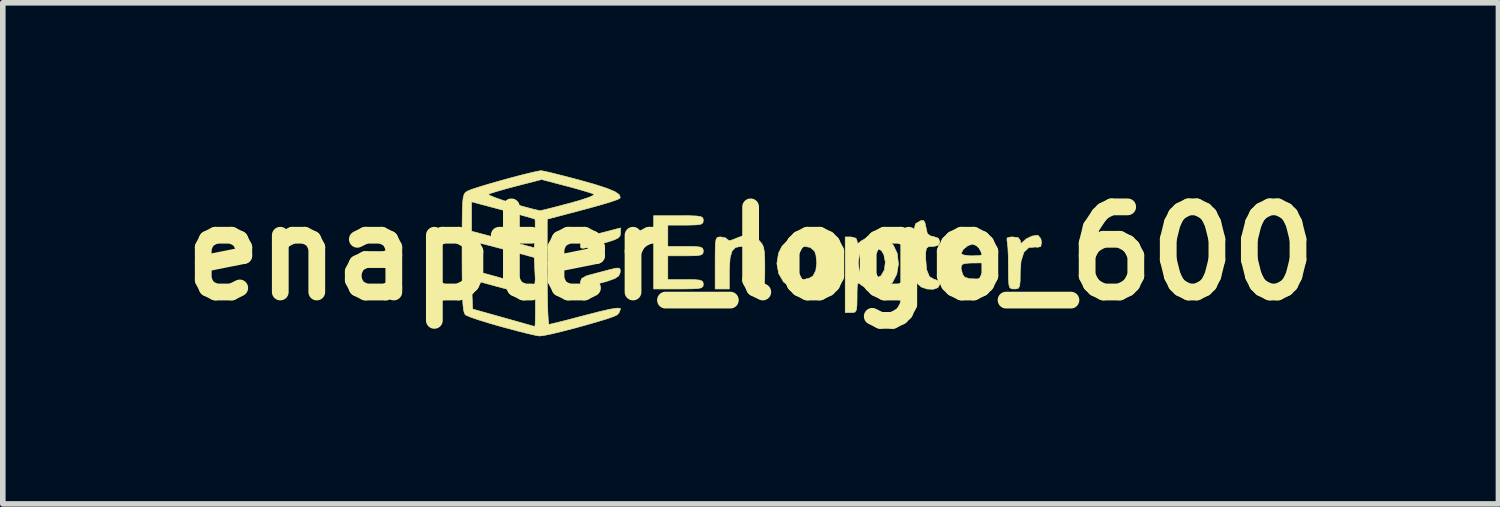
<source format=kicad_pcb>
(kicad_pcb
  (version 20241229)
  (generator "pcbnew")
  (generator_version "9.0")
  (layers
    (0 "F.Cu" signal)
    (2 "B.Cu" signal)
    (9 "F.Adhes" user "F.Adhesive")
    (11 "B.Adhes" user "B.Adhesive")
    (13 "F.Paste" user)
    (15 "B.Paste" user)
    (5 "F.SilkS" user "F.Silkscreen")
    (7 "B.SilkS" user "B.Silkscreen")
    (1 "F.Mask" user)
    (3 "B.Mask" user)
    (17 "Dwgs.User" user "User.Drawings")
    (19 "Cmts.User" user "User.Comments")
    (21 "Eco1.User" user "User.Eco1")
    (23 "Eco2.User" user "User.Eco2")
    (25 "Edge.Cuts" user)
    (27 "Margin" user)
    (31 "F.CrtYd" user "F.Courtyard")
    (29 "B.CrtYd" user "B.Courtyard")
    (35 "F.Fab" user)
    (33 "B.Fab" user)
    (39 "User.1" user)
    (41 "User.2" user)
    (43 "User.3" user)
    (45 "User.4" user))
  (footprint "enapter_logo_600"
    (layer "F.Cu")
    (at 10.385 1.487)
    (property "Reference" "enapter_logo_600" (at 0 0 0) (layer "F.SilkS") (effects (font (size 1.524 1.524) (thickness 0.3))))
    (attr through_hole)
    (fp_poly (pts (xy -2.328 -0.363) (xy -2.338 -0.312) (xy -2.378 -0.273) (xy -2.465 -0.235) (xy -2.614 -0.189) (xy -2.662 -0.176) (xy -2.843 -0.126) (xy -2.958 -0.099) (xy -3.02 -0.093) (xy -3.044 -0.11) (xy -3.045 -0.148) (xy -3.04 -0.18) (xy -3.022 -0.23) (xy -2.972 -0.271) (xy -2.876 -0.31) (xy -2.715 -0.357) (xy -2.678 -0.367) (xy -2.328 -0.458) (xy -2.328 -0.363)) (stroke (width 0.01) (type solid)) (fill yes) (layer "F.SilkS"))
    (fp_poly (pts (xy -2.332 0.294) (xy -2.336 0.345) (xy -2.361 0.401) (xy -2.428 0.447) (xy -2.554 0.492) (xy -2.625 0.513) (xy -2.816 0.563) (xy -2.941 0.586) (xy -3.012 0.581) (xy -3.043 0.548) (xy -3.048 0.51) (xy -3.024 0.448) (xy -2.94 0.401) (xy -2.868 0.38) (xy -2.714 0.34) (xy -2.564 0.3) (xy -2.54 0.294) (xy -2.414 0.263) (xy -2.35 0.262) (xy -2.332 0.294)) (stroke (width 0.01) (type solid)) (fill yes) (layer "F.SilkS"))
    (fp_poly (pts (xy 5.147 -0.322) (xy 5.194 -0.266) (xy 5.207 -0.198) (xy 5.193 -0.124) (xy 5.134 -0.111) (xy 5.105 -0.116) (xy 4.979 -0.106) (xy 4.891 -0.022) (xy 4.84 0.138) (xy 4.826 0.339) (xy 4.824 0.493) (xy 4.815 0.582) (xy 4.792 0.623) (xy 4.748 0.634) (xy 4.72 0.635) (xy 4.671 0.632) (xy 4.64 0.613) (xy 4.623 0.562) (xy 4.616 0.462) (xy 4.614 0.299) (xy 4.614 0.236) (xy 4.612 0.054) (xy 4.605 -0.1) (xy 4.594 -0.204) (xy 4.589 -0.229) (xy 4.589 -0.277) (xy 4.65 -0.295) (xy 4.694 -0.296) (xy 4.792 -0.282) (xy 4.826 -0.233) (xy 4.827 -0.222) (xy 4.839 -0.179) (xy 4.858 -0.195) (xy 4.934 -0.262) (xy 5.038 -0.312) (xy 5.131 -0.326) (xy 5.147 -0.322)) (stroke (width 0.01) (type solid)) (fill yes) (layer "F.SilkS"))
    (fp_poly (pts (xy -1.093 -0.676) (xy -0.964 -0.671) (xy -0.89 -0.659) (xy -0.856 -0.638) (xy -0.847 -0.603) (xy -0.847 -0.593) (xy -0.854 -0.549) (xy -0.888 -0.524) (xy -0.967 -0.512) (xy -1.107 -0.508) (xy -1.164 -0.508) (xy -1.482 -0.508) (xy -1.482 -0.127) (xy -1.164 -0.127) (xy -1.002 -0.125) (xy -0.907 -0.116) (xy -0.861 -0.095) (xy -0.847 -0.058) (xy -0.847 -0.042) (xy -0.854 0.001) (xy -0.888 0.026) (xy -0.967 0.039) (xy -1.107 0.042) (xy -1.164 0.042) (xy -1.482 0.042) (xy -1.482 0.466) (xy -1.164 0.466) (xy -1.002 0.468) (xy -0.907 0.477) (xy -0.861 0.498) (xy -0.847 0.535) (xy -0.847 0.55) (xy -0.852 0.588) (xy -0.879 0.613) (xy -0.942 0.627) (xy -1.056 0.633) (xy -1.235 0.635) (xy -1.291 0.635) (xy -1.736 0.635) (xy -1.736 -0.677) (xy -1.291 -0.677) (xy -1.093 -0.676)) (stroke (width 0.01) (type solid)) (fill yes) (layer "F.SilkS"))
    (fp_poly (pts (xy 0.027 -0.32) (xy 0.146 -0.239) (xy 0.15 -0.235) (xy 0.2 -0.178) (xy 0.231 -0.114) (xy 0.247 -0.022) (xy 0.253 0.118) (xy 0.254 0.252) (xy 0.253 0.433) (xy 0.248 0.545) (xy 0.233 0.606) (xy 0.205 0.63) (xy 0.158 0.635) (xy 0.148 0.635) (xy 0.095 0.631) (xy 0.064 0.608) (xy 0.048 0.549) (xy 0.043 0.435) (xy 0.042 0.305) (xy 0.036 0.107) (xy 0.013 -0.021) (xy -0.035 -0.093) (xy -0.114 -0.123) (xy -0.176 -0.127) (xy -0.27 -0.108) (xy -0.332 -0.044) (xy -0.367 0.076) (xy -0.38 0.265) (xy -0.381 0.336) (xy -0.381 0.635) (xy -0.635 0.635) (xy -0.635 0.169) (xy -0.634 -0.034) (xy -0.631 -0.167) (xy -0.62 -0.246) (xy -0.6 -0.283) (xy -0.567 -0.295) (xy -0.533 -0.296) (xy -0.448 -0.279) (xy -0.414 -0.248) (xy -0.373 -0.228) (xy -0.277 -0.263) (xy -0.265 -0.27) (xy -0.104 -0.33) (xy 0.027 -0.32)) (stroke (width 0.01) (type solid)) (fill yes) (layer "F.SilkS"))
    (fp_poly (pts (xy 3.119 -0.556) (xy 3.139 -0.465) (xy 3.141 -0.455) (xy 3.163 -0.356) (xy 3.219 -0.314) (xy 3.27 -0.304) (xy 3.362 -0.272) (xy 3.387 -0.209) (xy 3.365 -0.149) (xy 3.288 -0.128) (xy 3.26 -0.127) (xy 3.185 -0.122) (xy 3.147 -0.094) (xy 3.134 -0.021) (xy 3.133 0.087) (xy 3.15 0.29) (xy 3.201 0.415) (xy 3.287 0.465) (xy 3.303 0.466) (xy 3.373 0.496) (xy 3.387 0.55) (xy 3.352 0.612) (xy 3.268 0.641) (xy 3.159 0.636) (xy 3.055 0.6) (xy 2.987 0.541) (xy 2.941 0.415) (xy 2.922 0.21) (xy 2.921 0.16) (xy 2.919 0.007) (xy 2.908 -0.079) (xy 2.883 -0.118) (xy 2.839 -0.127) (xy 2.836 -0.127) (xy 2.766 -0.157) (xy 2.752 -0.212) (xy 2.782 -0.282) (xy 2.836 -0.296) (xy 2.899 -0.317) (xy 2.92 -0.394) (xy 2.921 -0.419) (xy 2.953 -0.533) (xy 3.045 -0.588) (xy 3.091 -0.593) (xy 3.119 -0.556)) (stroke (width 0.01) (type solid)) (fill yes) (layer "F.SilkS"))
    (fp_poly (pts (xy 1.013 -0.301) (xy 1.054 -0.283) (xy 1.141 -0.25) (xy 1.184 -0.252) (xy 1.185 -0.257) (xy 1.222 -0.285) (xy 1.311 -0.296) (xy 1.312 -0.296) (xy 1.439 -0.296) (xy 1.439 0.635) (xy 1.312 0.635) (xy 1.223 0.623) (xy 1.185 0.595) (xy 1.185 0.595) (xy 1.151 0.583) (xy 1.067 0.605) (xy 1.039 0.616) (xy 0.94 0.657) (xy 0.882 0.67) (xy 0.824 0.655) (xy 0.733 0.615) (xy 0.591 0.511) (xy 0.502 0.359) (xy 0.478 0.224) (xy 0.724 0.224) (xy 0.754 0.349) (xy 0.786 0.399) (xy 0.881 0.453) (xy 0.953 0.466) (xy 1.061 0.438) (xy 1.119 0.399) (xy 1.167 0.303) (xy 1.184 0.165) (xy 1.168 0.024) (xy 1.142 -0.045) (xy 1.066 -0.109) (xy 0.953 -0.13) (xy 0.84 -0.109) (xy 0.764 -0.046) (xy 0.763 -0.045) (xy 0.727 0.08) (xy 0.724 0.224) (xy 0.478 0.224) (xy 0.47 0.179) (xy 0.5 -0.007) (xy 0.562 -0.13) (xy 0.693 -0.264) (xy 0.848 -0.322) (xy 1.013 -0.301)) (stroke (width 0.01) (type solid)) (fill yes) (layer "F.SilkS"))
    (fp_poly (pts (xy 2.433 -0.264) (xy 2.554 -0.15) (xy 2.624 -0.002) (xy 2.646 0.188) (xy 2.616 0.369) (xy 2.541 0.515) (xy 2.476 0.576) (xy 2.336 0.63) (xy 2.178 0.639) (xy 2.038 0.603) (xy 1.987 0.569) (xy 1.943 0.534) (xy 1.919 0.536) (xy 1.908 0.59) (xy 1.905 0.709) (xy 1.905 0.777) (xy 1.903 0.927) (xy 1.893 1.011) (xy 1.868 1.049) (xy 1.82 1.058) (xy 1.799 1.058) (xy 1.693 1.058) (xy 1.693 0.169) (xy 1.928 0.169) (xy 1.943 0.293) (xy 1.979 0.388) (xy 1.985 0.397) (xy 2.082 0.455) (xy 2.207 0.458) (xy 2.324 0.405) (xy 2.336 0.396) (xy 2.395 0.293) (xy 2.411 0.154) (xy 2.384 0.019) (xy 2.343 -0.05) (xy 2.24 -0.112) (xy 2.116 -0.122) (xy 2.008 -0.08) (xy 1.985 -0.058) (xy 1.947 0.029) (xy 1.928 0.152) (xy 1.928 0.169) (xy 1.693 0.169) (xy 1.693 -0.296) (xy 1.799 -0.296) (xy 1.886 -0.273) (xy 1.905 -0.226) (xy 1.911 -0.18) (xy 1.944 -0.193) (xy 1.982 -0.226) (xy 2.127 -0.308) (xy 2.284 -0.318) (xy 2.433 -0.264)) (stroke (width 0.01) (type solid)) (fill yes) (layer "F.SilkS"))
    (fp_poly (pts (xy 4.073 -0.314) (xy 4.222 -0.241) (xy 4.27 -0.197) (xy 4.344 -0.084) (xy 4.386 0.034) (xy 4.413 0.169) (xy 4.09 0.169) (xy 3.927 0.171) (xy 3.831 0.179) (xy 3.784 0.199) (xy 3.769 0.236) (xy 3.768 0.27) (xy 3.793 0.371) (xy 3.83 0.423) (xy 3.915 0.451) (xy 4.049 0.456) (xy 4.202 0.437) (xy 4.273 0.42) (xy 4.33 0.431) (xy 4.349 0.486) (xy 4.327 0.552) (xy 4.289 0.584) (xy 4.176 0.627) (xy 4.054 0.655) (xy 3.963 0.657) (xy 3.958 0.655) (xy 3.888 0.637) (xy 3.798 0.616) (xy 3.682 0.552) (xy 3.585 0.429) (xy 3.525 0.275) (xy 3.514 0.178) (xy 3.545 0.003) (xy 3.768 0.003) (xy 3.806 0.025) (xy 3.903 0.04) (xy 3.979 0.042) (xy 4.1 0.035) (xy 4.177 0.017) (xy 4.191 0.003) (xy 4.156 -0.069) (xy 4.076 -0.136) (xy 3.987 -0.169) (xy 3.979 -0.169) (xy 3.89 -0.141) (xy 3.808 -0.076) (xy 3.768 -0.003) (xy 3.768 0.003) (xy 3.545 0.003) (xy 3.547 -0.008) (xy 3.635 -0.158) (xy 3.763 -0.265) (xy 3.914 -0.319) (xy 4.073 -0.314)) (stroke (width 0.01) (type solid)) (fill yes) (layer "F.SilkS"))
    (fp_poly (pts (xy -3.686 -1.471) (xy -3.561 -1.442) (xy -3.385 -1.398) (xy -3.176 -1.344) (xy -3.064 -1.314) (xy -2.777 -1.233) (xy -2.567 -1.165) (xy -2.428 -1.106) (xy -2.352 -1.054) (xy -2.334 -1.007) (xy -2.341 -0.987) (xy -2.388 -0.964) (xy -2.503 -0.924) (xy -2.67 -0.874) (xy -2.876 -0.816) (xy -3.002 -0.782) (xy -3.64 -0.614) (xy -3.641 0.328) (xy -3.639 0.6) (xy -3.635 0.841) (xy -3.63 1.04) (xy -3.622 1.183) (xy -3.613 1.26) (xy -3.609 1.27) (xy -3.559 1.259) (xy -3.442 1.231) (xy -3.273 1.188) (xy -3.068 1.134) (xy -2.953 1.104) (xy -2.695 1.038) (xy -2.511 0.996) (xy -2.394 0.978) (xy -2.337 0.981) (xy -2.328 0.993) (xy -2.358 1.065) (xy -2.389 1.098) (xy -2.452 1.128) (xy -2.579 1.172) (xy -2.754 1.225) (xy -2.957 1.283) (xy -3.171 1.342) (xy -3.378 1.395) (xy -3.561 1.439) (xy -3.701 1.468) (xy -3.78 1.477) (xy -3.781 1.477) (xy -3.854 1.464) (xy -3.991 1.433) (xy -4.174 1.387) (xy -4.386 1.33) (xy -4.458 1.311) (xy -4.673 1.249) (xy -4.861 1.191) (xy -5.006 1.142) (xy -5.091 1.106) (xy -5.104 1.099) (xy -5.123 1.069) (xy -5.138 1.011) (xy -5.149 0.914) (xy -5.157 0.769) (xy -5.16 0.639) (xy -4.99 0.639) (xy -4.987 0.725) (xy -4.974 0.995) (xy -4.424 1.149) (xy -4.222 1.206) (xy -4.051 1.254) (xy -3.928 1.289) (xy -3.867 1.307) (xy -3.863 1.308) (xy -3.857 1.272) (xy -3.854 1.173) (xy -3.852 1.043) (xy -3.852 0.773) (xy -4.366 0.637) (xy -4.567 0.583) (xy -4.741 0.536) (xy -4.871 0.499) (xy -4.938 0.479) (xy -4.939 0.478) (xy -4.972 0.48) (xy -4.988 0.529) (xy -4.99 0.639) (xy -5.16 0.639) (xy -5.162 0.567) (xy -5.164 0.298) (xy -5.164 0.293) (xy -4.995 0.293) (xy -4.815 0.343) (xy -4.686 0.378) (xy -4.51 0.427) (xy -4.323 0.48) (xy -4.297 0.487) (xy -4.099 0.543) (xy -3.97 0.573) (xy -3.896 0.573) (xy -3.862 0.539) (xy -3.855 0.464) (xy -3.86 0.345) (xy -3.861 0.332) (xy -3.873 0.071) (xy -4.313 -0.047) (xy -4.508 -0.099) (xy -4.684 -0.145) (xy -4.818 -0.178) (xy -4.874 -0.192) (xy -4.995 -0.218) (xy -4.995 0.293) (xy -5.164 0.293) (xy -5.165 -0.004) (xy -5.164 -0.329) (xy -5.164 -0.399) (xy -4.995 -0.399) (xy -4.434 -0.25) (xy -3.873 -0.102) (xy -3.861 -0.352) (xy -3.856 -0.487) (xy -3.856 -0.583) (xy -3.861 -0.615) (xy -3.904 -0.629) (xy -4.014 -0.661) (xy -4.175 -0.706) (xy -4.373 -0.759) (xy -4.434 -0.776) (xy -4.995 -0.925) (xy -4.995 -0.399) (xy -5.164 -0.399) (xy -5.163 -0.58) (xy -5.16 -0.767) (xy -5.155 -0.9) (xy -5.146 -0.99) (xy -5.132 -1.047) (xy -5.124 -1.062) (xy -4.691 -1.062) (xy -4.672 -1.041) (xy -4.586 -1.005) (xy -4.451 -0.957) (xy -4.284 -0.903) (xy -4.099 -0.849) (xy -3.913 -0.799) (xy -3.773 -0.766) (xy -3.728 -0.774) (xy -3.618 -0.801) (xy -3.458 -0.842) (xy -3.266 -0.893) (xy -3.251 -0.896) (xy -3.054 -0.952) (xy -2.906 -1.001) (xy -2.818 -1.039) (xy -2.801 -1.061) (xy -2.802 -1.061) (xy -2.864 -1.084) (xy -2.989 -1.122) (xy -3.156 -1.17) (xy -3.299 -1.208) (xy -3.741 -1.324) (xy -4.188 -1.209) (xy -4.376 -1.159) (xy -4.536 -1.113) (xy -4.649 -1.078) (xy -4.691 -1.062) (xy -5.124 -1.062) (xy -5.113 -1.082) (xy -5.087 -1.104) (xy -5.069 -1.116) (xy -5 -1.145) (xy -4.866 -1.189) (xy -4.688 -1.243) (xy -4.484 -1.301) (xy -4.274 -1.359) (xy -4.074 -1.411) (xy -3.906 -1.452) (xy -3.787 -1.477) (xy -3.745 -1.482) (xy -3.686 -1.471)) (stroke (width 0.01) (type solid)) (fill yes) (layer "F.SilkS")))
  (gr_rect
    (start -3 -3)
    (end 23.77 5.969)
    (stroke (width 0.1) (type default))
    (fill no)
    (layer "Edge.Cuts")))
</source>
